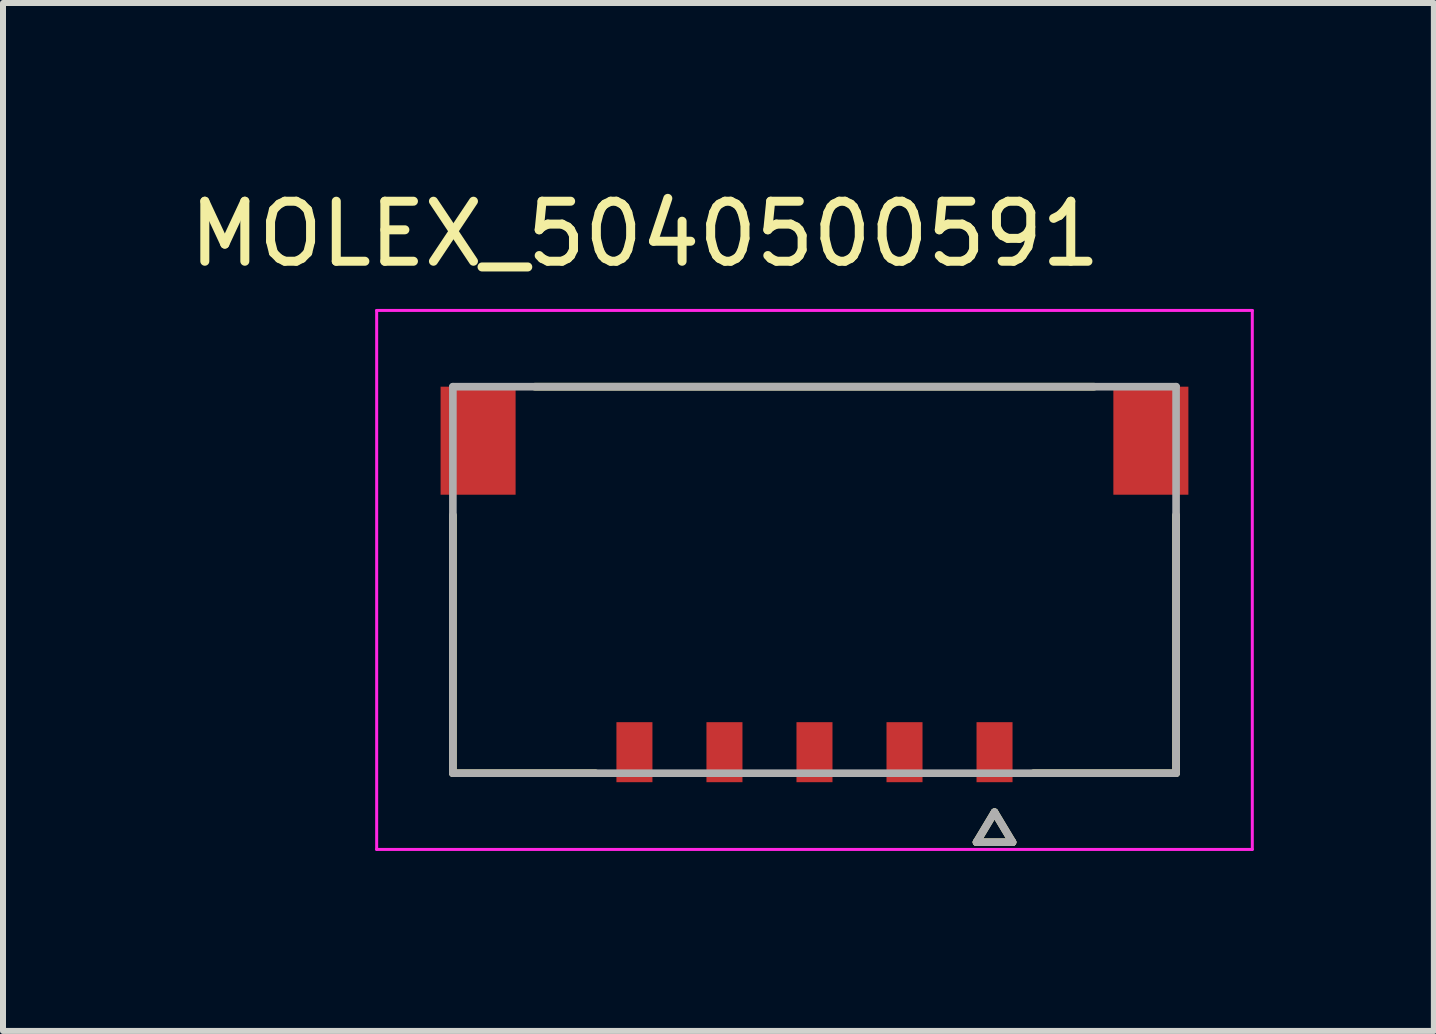
<source format=kicad_pcb>
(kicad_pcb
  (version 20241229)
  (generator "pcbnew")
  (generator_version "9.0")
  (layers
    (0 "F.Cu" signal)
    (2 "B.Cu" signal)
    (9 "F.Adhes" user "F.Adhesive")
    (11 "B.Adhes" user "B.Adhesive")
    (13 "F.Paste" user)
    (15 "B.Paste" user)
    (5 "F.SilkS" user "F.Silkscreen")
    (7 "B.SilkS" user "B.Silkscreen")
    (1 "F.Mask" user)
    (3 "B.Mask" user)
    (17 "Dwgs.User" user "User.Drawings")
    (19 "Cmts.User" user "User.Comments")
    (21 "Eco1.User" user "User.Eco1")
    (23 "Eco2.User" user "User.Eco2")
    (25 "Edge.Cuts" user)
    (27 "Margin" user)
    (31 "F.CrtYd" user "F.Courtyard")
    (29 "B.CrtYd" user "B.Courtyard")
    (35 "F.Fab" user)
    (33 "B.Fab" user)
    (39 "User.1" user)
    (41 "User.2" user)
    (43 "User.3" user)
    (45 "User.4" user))
  (footprint "MOLEX_5040500591"
    (layer "F.Cu")
    (at 10.521 6.613)
    (property "Reference" "MOLEX_5040500591" (at -2.825 -5.765 0) (layer "F.SilkS") (effects (font (size 1 1) (thickness 0.15))))
    (attr smd)
    (fp_poly (pts (xy -6.306 -3.296) (xy -4.904 -3.296) (xy -4.904 -1.344) (xy -6.306 -1.344)) (stroke (width 0.01) (type solid)) (fill yes) (layer "F.Mask"))
    (fp_poly (pts (xy -3.376 2.294) (xy -2.624 2.294) (xy -2.624 3.446) (xy -3.376 3.446)) (stroke (width 0.01) (type solid)) (fill yes) (layer "F.Mask"))
    (fp_poly (pts (xy -1.876 2.294) (xy -1.124 2.294) (xy -1.124 3.446) (xy -1.876 3.446)) (stroke (width 0.01) (type solid)) (fill yes) (layer "F.Mask"))
    (fp_poly (pts (xy -0.376 2.294) (xy 0.376 2.294) (xy 0.376 3.446) (xy -0.376 3.446)) (stroke (width 0.01) (type solid)) (fill yes) (layer "F.Mask"))
    (fp_poly (pts (xy 1.124 2.294) (xy 1.876 2.294) (xy 1.876 3.446) (xy 1.124 3.446)) (stroke (width 0.01) (type solid)) (fill yes) (layer "F.Mask"))
    (fp_poly (pts (xy 2.624 2.294) (xy 3.376 2.294) (xy 3.376 3.446) (xy 2.624 3.446)) (stroke (width 0.01) (type solid)) (fill yes) (layer "F.Mask"))
    (fp_poly (pts (xy 4.904 -3.296) (xy 6.306 -3.296) (xy 6.306 -1.344) (xy 4.904 -1.344)) (stroke (width 0.01) (type solid)) (fill yes) (layer "F.Mask"))
    (fp_line (start -6.025 3.22) (end -6.025 -1.08) (stroke (width 0.127) (type solid)) (layer "F.SilkS"))
    (fp_line (start -3.65 3.22) (end -6.025 3.22) (stroke (width 0.127) (type solid)) (layer "F.SilkS"))
    (fp_line (start 2.7 4.37) (end 3 3.87) (stroke (width 0.127) (type solid)) (layer "F.SilkS"))
    (fp_line (start 3 3.87) (end 3.3 4.37) (stroke (width 0.127) (type solid)) (layer "F.SilkS"))
    (fp_line (start 3.3 4.37) (end 2.7 4.37) (stroke (width 0.127) (type solid)) (layer "F.SilkS"))
    (fp_line (start 4.66 -3.22) (end -4.66 -3.22) (stroke (width 0.127) (type solid)) (layer "F.SilkS"))
    (fp_line (start 6.025 -1.08) (end 6.025 3.22) (stroke (width 0.127) (type solid)) (layer "F.SilkS"))
    (fp_line (start 6.025 3.22) (end 3.65 3.22) (stroke (width 0.127) (type solid)) (layer "F.SilkS"))
    (fp_line (start -7.295 -4.49) (end 7.295 -4.49) (stroke (width 0.05) (type solid)) (layer "F.CrtYd"))
    (fp_line (start -7.295 4.49) (end -7.295 -4.49) (stroke (width 0.05) (type solid)) (layer "F.CrtYd"))
    (fp_line (start -7.295 4.49) (end 7.295 4.49) (stroke (width 0.05) (type solid)) (layer "F.CrtYd"))
    (fp_line (start 7.295 -4.49) (end 7.295 4.49) (stroke (width 0.05) (type solid)) (layer "F.CrtYd"))
    (fp_line (start -6.025 -3.22) (end 6.025 -3.22) (stroke (width 0.127) (type solid)) (layer "F.Fab"))
    (fp_line (start -6.025 3.22) (end -6.025 -3.22) (stroke (width 0.127) (type solid)) (layer "F.Fab"))
    (fp_line (start 2.7 4.37) (end 3 3.87) (stroke (width 0.127) (type solid)) (layer "F.Fab"))
    (fp_line (start 3 3.87) (end 3.3 4.37) (stroke (width 0.127) (type solid)) (layer "F.Fab"))
    (fp_line (start 3.3 4.37) (end 2.7 4.37) (stroke (width 0.127) (type solid)) (layer "F.Fab"))
    (fp_line (start 6.025 -3.22) (end 6.025 3.22) (stroke (width 0.127) (type solid)) (layer "F.Fab"))
    (fp_line (start 6.025 3.22) (end -6.025 3.22) (stroke (width 0.127) (type solid)) (layer "F.Fab"))
    (pad "1" smd rect (at 3 2.87) (size 0.6 1) (layers "F.Cu" "F.Paste"))
    (pad "2" smd rect (at 1.5 2.87) (size 0.6 1) (layers "F.Cu" "F.Paste"))
    (pad "3" smd rect (at 0 2.87) (size 0.6 1) (layers "F.Cu" "F.Paste"))
    (pad "4" smd rect (at -1.5 2.87) (size 0.6 1) (layers "F.Cu" "F.Paste"))
    (pad "5" smd rect (at -3 2.87) (size 0.6 1) (layers "F.Cu" "F.Paste"))
    (pad "S1" smd rect (at 5.605 -2.32) (size 1.25 1.8) (layers "F.Cu" "F.Paste"))
    (pad "S2" smd rect (at -5.605 -2.32) (size 1.25 1.8) (layers "F.Cu" "F.Paste")))
  (gr_rect
    (start -3 -3)
    (end 20.841 14.128)
    (stroke (width 0.1) (type default))
    (fill no)
    (layer "Edge.Cuts")))
</source>
